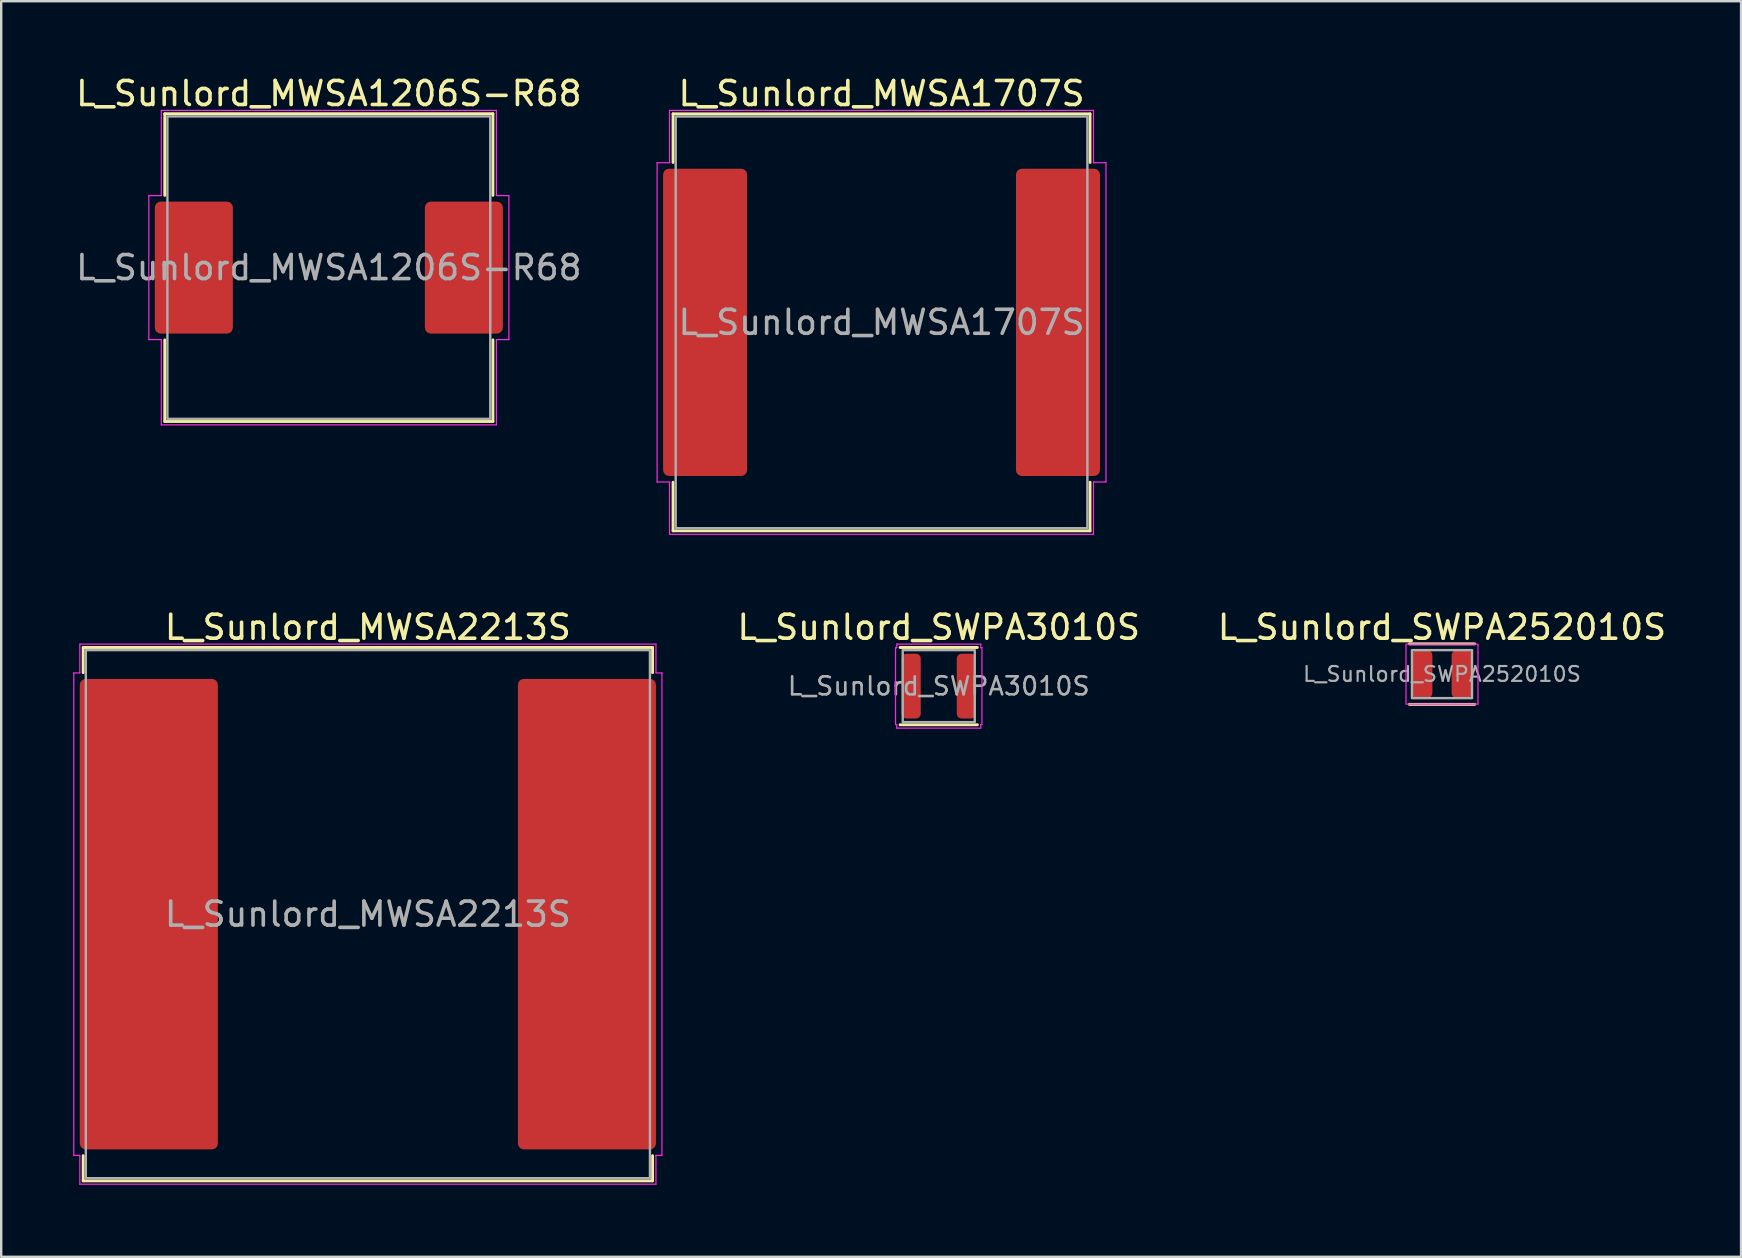
<source format=kicad_pcb>
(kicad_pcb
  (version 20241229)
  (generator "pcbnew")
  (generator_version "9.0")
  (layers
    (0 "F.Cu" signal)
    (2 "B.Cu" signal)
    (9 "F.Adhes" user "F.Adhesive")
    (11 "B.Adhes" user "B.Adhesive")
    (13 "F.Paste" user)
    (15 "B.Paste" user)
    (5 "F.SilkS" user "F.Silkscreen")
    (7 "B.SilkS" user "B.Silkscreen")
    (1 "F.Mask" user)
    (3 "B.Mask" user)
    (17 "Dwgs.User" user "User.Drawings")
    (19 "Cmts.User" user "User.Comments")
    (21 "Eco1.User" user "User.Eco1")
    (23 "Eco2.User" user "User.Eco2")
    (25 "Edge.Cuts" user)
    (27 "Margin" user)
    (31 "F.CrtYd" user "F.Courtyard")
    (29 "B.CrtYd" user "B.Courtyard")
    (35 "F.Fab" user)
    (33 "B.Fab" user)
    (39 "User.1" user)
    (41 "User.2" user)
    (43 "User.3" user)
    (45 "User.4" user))
  (footprint "L_Sunlord_SWPA3010S"
    (layer "F.Cu")
    (at 36.056 25.532)
    (property "Reference" "L_Sunlord_SWPA3010S" (at 0 -2.45 0) (layer "F.SilkS") (effects (font (size 1 1) (thickness 0.15))))
    (attr smd)
    (fp_line (start -1.61 -1.61) (end 1.61 -1.61) (stroke (width 0.12) (type solid)) (layer "F.SilkS"))
    (fp_line (start 1.61 1.61) (end -1.61 1.61) (stroke (width 0.12) (type solid)) (layer "F.SilkS"))
    (fp_line (start -1.8 -1.6) (end -1.75 -1.6) (stroke (width 0.05) (type solid)) (layer "F.CrtYd"))
    (fp_line (start -1.8 1.6) (end -1.8 -1.6) (stroke (width 0.05) (type solid)) (layer "F.CrtYd"))
    (fp_line (start -1.75 -1.75) (end 1.75 -1.75) (stroke (width 0.05) (type solid)) (layer "F.CrtYd"))
    (fp_line (start -1.75 -1.6) (end -1.75 -1.75) (stroke (width 0.05) (type solid)) (layer "F.CrtYd"))
    (fp_line (start -1.75 1.6) (end -1.8 1.6) (stroke (width 0.05) (type solid)) (layer "F.CrtYd"))
    (fp_line (start -1.75 1.75) (end -1.75 1.6) (stroke (width 0.05) (type solid)) (layer "F.CrtYd"))
    (fp_line (start 1.75 -1.75) (end 1.75 -1.6) (stroke (width 0.05) (type solid)) (layer "F.CrtYd"))
    (fp_line (start 1.75 -1.6) (end 1.8 -1.6) (stroke (width 0.05) (type solid)) (layer "F.CrtYd"))
    (fp_line (start 1.75 1.6) (end 1.75 1.75) (stroke (width 0.05) (type solid)) (layer "F.CrtYd"))
    (fp_line (start 1.75 1.75) (end -1.75 1.75) (stroke (width 0.05) (type solid)) (layer "F.CrtYd"))
    (fp_line (start 1.8 -1.6) (end 1.8 1.6) (stroke (width 0.05) (type solid)) (layer "F.CrtYd"))
    (fp_line (start 1.8 1.6) (end 1.75 1.6) (stroke (width 0.05) (type solid)) (layer "F.CrtYd"))
    (fp_rect (start -1.5 -1.5) (end 1.5 1.5) (stroke (width 0.1) (type solid)) (fill no) (layer "F.Fab"))
    (fp_text user "${REFERENCE}" (at 0 0 0) (layer "F.Fab") (effects (font (size 0.75 0.75) (thickness 0.11))))
    (pad "1" smd roundrect (at -1.15 0) (size 0.8 2.7) (layers "F.Cu" "F.Mask" "F.Paste") (roundrect_rratio 0.25))
    (pad "2" smd roundrect (at 1.15 0) (size 0.8 2.7) (layers "F.Cu" "F.Mask" "F.Paste") (roundrect_rratio 0.25)))
  (footprint "L_Sunlord_MWSA1707S"
    (layer "F.Cu")
    (at 33.673 10.378)
    (property "Reference" "L_Sunlord_MWSA1707S" (at 0 -9.53 0) (layer "F.SilkS") (effects (font (size 1 1) (thickness 0.15))))
    (attr smd)
    (fp_line (start -8.685 -8.685) (end 8.685 -8.685) (stroke (width 0.12) (type solid)) (layer "F.SilkS"))
    (fp_line (start -8.685 -6.66) (end -8.685 -8.685) (stroke (width 0.12) (type solid)) (layer "F.SilkS"))
    (fp_line (start -8.685 8.685) (end -8.685 6.66) (stroke (width 0.12) (type solid)) (layer "F.SilkS"))
    (fp_line (start 8.685 -8.685) (end 8.685 -6.66) (stroke (width 0.12) (type solid)) (layer "F.SilkS"))
    (fp_line (start 8.685 6.66) (end 8.685 8.685) (stroke (width 0.12) (type solid)) (layer "F.SilkS"))
    (fp_line (start 8.685 8.685) (end -8.685 8.685) (stroke (width 0.12) (type solid)) (layer "F.SilkS"))
    (fp_line (start -9.35 -6.65) (end -8.83 -6.65) (stroke (width 0.05) (type solid)) (layer "F.CrtYd"))
    (fp_line (start -9.35 6.65) (end -9.35 -6.65) (stroke (width 0.05) (type solid)) (layer "F.CrtYd"))
    (fp_line (start -8.83 -8.83) (end 8.83 -8.83) (stroke (width 0.05) (type solid)) (layer "F.CrtYd"))
    (fp_line (start -8.83 -6.65) (end -8.83 -8.83) (stroke (width 0.05) (type solid)) (layer "F.CrtYd"))
    (fp_line (start -8.83 6.65) (end -9.35 6.65) (stroke (width 0.05) (type solid)) (layer "F.CrtYd"))
    (fp_line (start -8.83 8.83) (end -8.83 6.65) (stroke (width 0.05) (type solid)) (layer "F.CrtYd"))
    (fp_line (start 8.83 -8.83) (end 8.83 -6.65) (stroke (width 0.05) (type solid)) (layer "F.CrtYd"))
    (fp_line (start 8.83 -6.65) (end 9.35 -6.65) (stroke (width 0.05) (type solid)) (layer "F.CrtYd"))
    (fp_line (start 8.83 6.65) (end 8.83 8.83) (stroke (width 0.05) (type solid)) (layer "F.CrtYd"))
    (fp_line (start 8.83 8.83) (end -8.83 8.83) (stroke (width 0.05) (type solid)) (layer "F.CrtYd"))
    (fp_line (start 9.35 -6.65) (end 9.35 6.65) (stroke (width 0.05) (type solid)) (layer "F.CrtYd"))
    (fp_line (start 9.35 6.65) (end 8.83 6.65) (stroke (width 0.05) (type solid)) (layer "F.CrtYd"))
    (fp_rect (start -8.575 -8.575) (end 8.575 8.575) (stroke (width 0.1) (type solid)) (fill no) (layer "F.Fab"))
    (fp_text user "${REFERENCE}" (at 0 0 0) (layer "F.Fab") (effects (font (size 1 1) (thickness 0.15))))
    (pad "1" smd roundrect (at -7.35 0) (size 3.5 12.8) (layers "F.Cu" "F.Mask" "F.Paste") (roundrect_rratio 0.071))
    (pad "2" smd roundrect (at 7.35 0) (size 3.5 12.8) (layers "F.Cu" "F.Mask" "F.Paste") (roundrect_rratio 0.071)))
  (footprint "L_Sunlord_MWSA1206S-R68"
    (layer "F.Cu")
    (at 10.649 8.098)
    (property "Reference" "L_Sunlord_MWSA1206S-R68" (at 0 -7.25 0) (layer "F.SilkS") (effects (font (size 1 1) (thickness 0.15))))
    (attr smd)
    (fp_line (start -6.835 -6.41) (end 6.835 -6.41) (stroke (width 0.12) (type solid)) (layer "F.SilkS"))
    (fp_line (start -6.835 -3.01) (end -6.835 -6.41) (stroke (width 0.12) (type solid)) (layer "F.SilkS"))
    (fp_line (start -6.835 6.41) (end -6.835 3.01) (stroke (width 0.12) (type solid)) (layer "F.SilkS"))
    (fp_line (start 6.835 -6.41) (end 6.835 -3.01) (stroke (width 0.12) (type solid)) (layer "F.SilkS"))
    (fp_line (start 6.835 3.01) (end 6.835 6.41) (stroke (width 0.12) (type solid)) (layer "F.SilkS"))
    (fp_line (start 6.835 6.41) (end -6.835 6.41) (stroke (width 0.12) (type solid)) (layer "F.SilkS"))
    (fp_line (start -7.5 -3) (end -6.98 -3) (stroke (width 0.05) (type solid)) (layer "F.CrtYd"))
    (fp_line (start -7.5 3) (end -7.5 -3) (stroke (width 0.05) (type solid)) (layer "F.CrtYd"))
    (fp_line (start -6.98 -6.55) (end 6.98 -6.55) (stroke (width 0.05) (type solid)) (layer "F.CrtYd"))
    (fp_line (start -6.98 -3) (end -6.98 -6.55) (stroke (width 0.05) (type solid)) (layer "F.CrtYd"))
    (fp_line (start -6.98 3) (end -7.5 3) (stroke (width 0.05) (type solid)) (layer "F.CrtYd"))
    (fp_line (start -6.98 6.55) (end -6.98 3) (stroke (width 0.05) (type solid)) (layer "F.CrtYd"))
    (fp_line (start 6.98 -6.55) (end 6.98 -3) (stroke (width 0.05) (type solid)) (layer "F.CrtYd"))
    (fp_line (start 6.98 -3) (end 7.5 -3) (stroke (width 0.05) (type solid)) (layer "F.CrtYd"))
    (fp_line (start 6.98 3) (end 6.98 6.55) (stroke (width 0.05) (type solid)) (layer "F.CrtYd"))
    (fp_line (start 6.98 6.55) (end -6.98 6.55) (stroke (width 0.05) (type solid)) (layer "F.CrtYd"))
    (fp_line (start 7.5 -3) (end 7.5 3) (stroke (width 0.05) (type solid)) (layer "F.CrtYd"))
    (fp_line (start 7.5 3) (end 6.98 3) (stroke (width 0.05) (type solid)) (layer "F.CrtYd"))
    (fp_rect (start -6.725 -6.3) (end 6.725 6.3) (stroke (width 0.1) (type solid)) (fill no) (layer "F.Fab"))
    (fp_text user "${REFERENCE}" (at 0 0 0) (layer "F.Fab") (effects (font (size 1 1) (thickness 0.15))))
    (pad "1" smd roundrect (at -5.625 0) (size 3.25 5.5) (layers "F.Cu" "F.Mask" "F.Paste") (roundrect_rratio 0.077))
    (pad "2" smd roundrect (at 5.625 0) (size 3.25 5.5) (layers "F.Cu" "F.Mask" "F.Paste") (roundrect_rratio 0.077)))
  (footprint "L_Sunlord_MWSA2213S"
    (layer "F.Cu")
    (at 12.275 35.032)
    (property "Reference" "L_Sunlord_MWSA2213S" (at 0 -11.95 0) (layer "F.SilkS") (effects (font (size 1 1) (thickness 0.15))))
    (attr smd)
    (fp_line (start -11.86 -11.11) (end 11.86 -11.11) (stroke (width 0.12) (type solid)) (layer "F.SilkS"))
    (fp_line (start -11.86 -10.06) (end -11.86 -11.11) (stroke (width 0.12) (type solid)) (layer "F.SilkS"))
    (fp_line (start -11.86 11.11) (end -11.86 10.06) (stroke (width 0.12) (type solid)) (layer "F.SilkS"))
    (fp_line (start 11.86 -11.11) (end 11.86 -10.06) (stroke (width 0.12) (type solid)) (layer "F.SilkS"))
    (fp_line (start 11.86 10.06) (end 11.86 11.11) (stroke (width 0.12) (type solid)) (layer "F.SilkS"))
    (fp_line (start 11.86 11.11) (end -11.86 11.11) (stroke (width 0.12) (type solid)) (layer "F.SilkS"))
    (fp_line (start -12.25 -10.05) (end -12 -10.05) (stroke (width 0.05) (type solid)) (layer "F.CrtYd"))
    (fp_line (start -12.25 10.05) (end -12.25 -10.05) (stroke (width 0.05) (type solid)) (layer "F.CrtYd"))
    (fp_line (start -12 -11.25) (end 12 -11.25) (stroke (width 0.05) (type solid)) (layer "F.CrtYd"))
    (fp_line (start -12 -10.05) (end -12 -11.25) (stroke (width 0.05) (type solid)) (layer "F.CrtYd"))
    (fp_line (start -12 10.05) (end -12.25 10.05) (stroke (width 0.05) (type solid)) (layer "F.CrtYd"))
    (fp_line (start -12 11.25) (end -12 10.05) (stroke (width 0.05) (type solid)) (layer "F.CrtYd"))
    (fp_line (start 12 -11.25) (end 12 -10.05) (stroke (width 0.05) (type solid)) (layer "F.CrtYd"))
    (fp_line (start 12 -10.05) (end 12.25 -10.05) (stroke (width 0.05) (type solid)) (layer "F.CrtYd"))
    (fp_line (start 12 10.05) (end 12 11.25) (stroke (width 0.05) (type solid)) (layer "F.CrtYd"))
    (fp_line (start 12 11.25) (end -12 11.25) (stroke (width 0.05) (type solid)) (layer "F.CrtYd"))
    (fp_line (start 12.25 -10.05) (end 12.25 10.05) (stroke (width 0.05) (type solid)) (layer "F.CrtYd"))
    (fp_line (start 12.25 10.05) (end 12 10.05) (stroke (width 0.05) (type solid)) (layer "F.CrtYd"))
    (fp_rect (start -11.75 -11) (end 11.75 11) (stroke (width 0.1) (type solid)) (fill no) (layer "F.Fab"))
    (fp_text user "${REFERENCE}" (at 0 0 0) (layer "F.Fab") (effects (font (size 1 1) (thickness 0.15))))
    (pad "1" smd roundrect (at -9.125 0) (size 5.75 19.6) (layers "F.Cu" "F.Mask" "F.Paste") (roundrect_rratio 0.043))
    (pad "2" smd roundrect (at 9.125 0) (size 5.75 19.6) (layers "F.Cu" "F.Mask" "F.Paste") (roundrect_rratio 0.043)))
  (footprint "L_Sunlord_SWPA252010S"
    (layer "F.Cu")
    (at 57.02 25.032)
    (property "Reference" "L_Sunlord_SWPA252010S" (at 0 -1.95 0) (layer "F.SilkS") (effects (font (size 1 1) (thickness 0.15))))
    (attr smd)
    (fp_line (start -1.36 -1.26) (end 1.36 -1.26) (stroke (width 0.12) (type solid)) (layer "F.SilkS"))
    (fp_line (start 1.36 1.26) (end -1.36 1.26) (stroke (width 0.12) (type solid)) (layer "F.SilkS"))
    (fp_rect (start -1.5 -1.25) (end 1.5 1.25) (stroke (width 0.05) (type solid)) (fill no) (layer "F.CrtYd"))
    (fp_rect (start -1.25 -1) (end 1.25 1) (stroke (width 0.1) (type solid)) (fill no) (layer "F.Fab"))
    (fp_text user "${REFERENCE}" (at 0 0 0) (layer "F.Fab") (effects (font (size 0.62 0.62) (thickness 0.09))))
    (pad "1" smd roundrect (at -0.825 0) (size 0.85 2) (layers "F.Cu" "F.Mask" "F.Paste") (roundrect_rratio 0.25))
    (pad "2" smd roundrect (at 0.825 0) (size 0.85 2) (layers "F.Cu" "F.Mask" "F.Paste") (roundrect_rratio 0.25)))
  (gr_rect
    (start -3 -3)
    (end 69.479 49.306)
    (stroke (width 0.1) (type default))
    (fill no)
    (layer "Edge.Cuts")))
</source>
